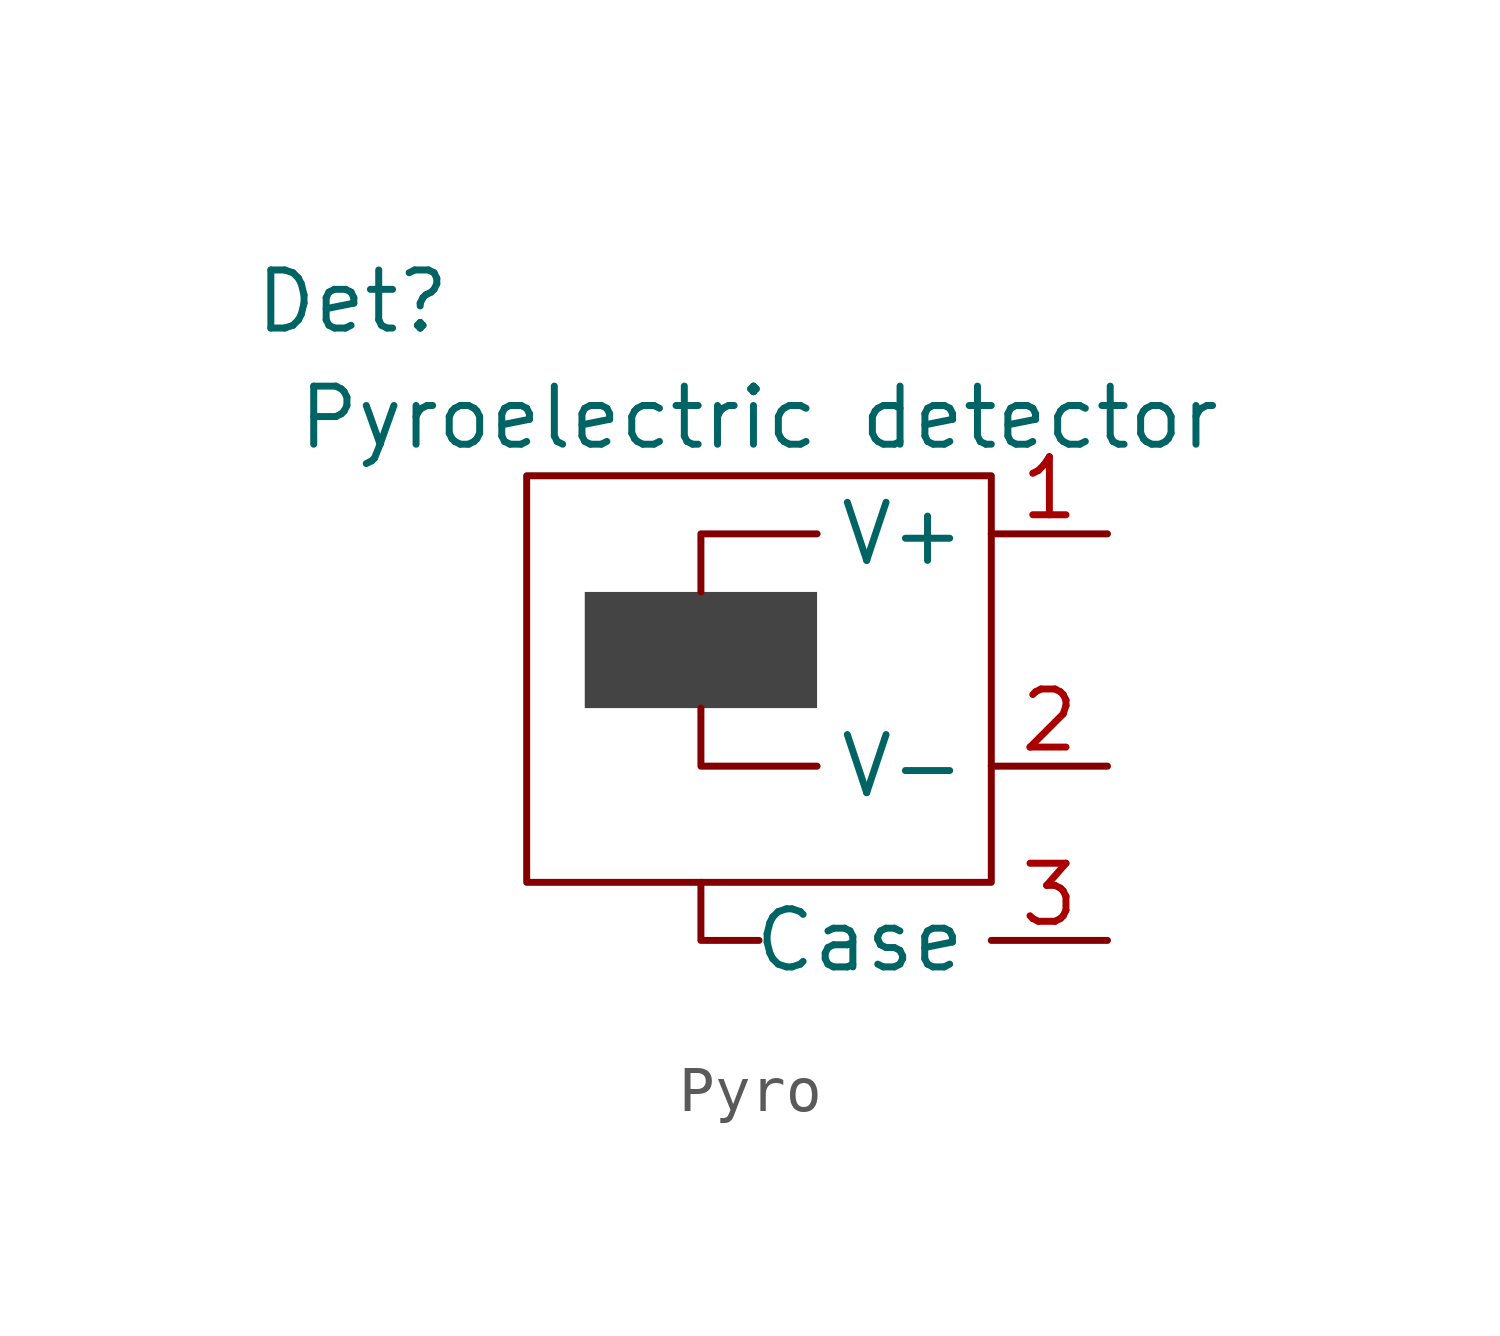
<source format=kicad_sym>
(kicad_symbol_lib
  (version 20220914)
  (generator kicad_symbol_editor)
  (symbol "Pyro"
    (property "Reference" "Det"
      (at -8.89 7.62 0)
      (effects (font (size 1.27 1.27))))
    (property "Value" "Pyroelectric detector"
      (at 0 5.08 0)
      (effects (font (size 1.27 1.27))))
    (symbol "Pyro_1_1"
      (rectangle (start -3.81 1.27) (end 1.27 -1.27) (stroke (width -0.0001) (type solid) (color 43 43 43 1)) (fill (type color) (color 69 68 69 1)))
      (polyline (pts (xy -1.27 -5.08) (xy -1.27 -6.35) (xy 0 -6.35)) (stroke (width 0) (type default)) (fill (type none)))
      (polyline (pts (xy 1.27 -2.54) (xy -1.27 -2.54) (xy -1.27 -1.27)) (stroke (width 0) (type default)) (fill (type none)))
      (polyline (pts (xy 1.27 2.54) (xy -1.27 2.54) (xy -1.27 1.27)) (stroke (width 0) (type default)) (fill (type none)))
      (polyline (pts (xy 5.08 3.81) (xy -5.08 3.81) (xy -5.08 -5.08) (xy 5.08 -5.08) (xy 5.08 3.81)) (stroke (width 0) (type default)) (fill (type none)))
      (pin passive line (at 7.62 2.54 180) (length 2.54) (name "V+" (effects (font (size 1.27 1.27)))) (number "1" (effects (font (size 1.27 1.27)))))
      (pin passive line (at 7.62 -2.54 180) (length 2.54) (name "V-" (effects (font (size 1.27 1.27)))) (number "2" (effects (font (size 1.27 1.27)))))
      (pin passive line (at 7.62 -6.35 180) (length 2.54) (name "Case" (effects (font (size 1.27 1.27)))) (number "3" (effects (font (size 1.27 1.27))))))))
</source>
